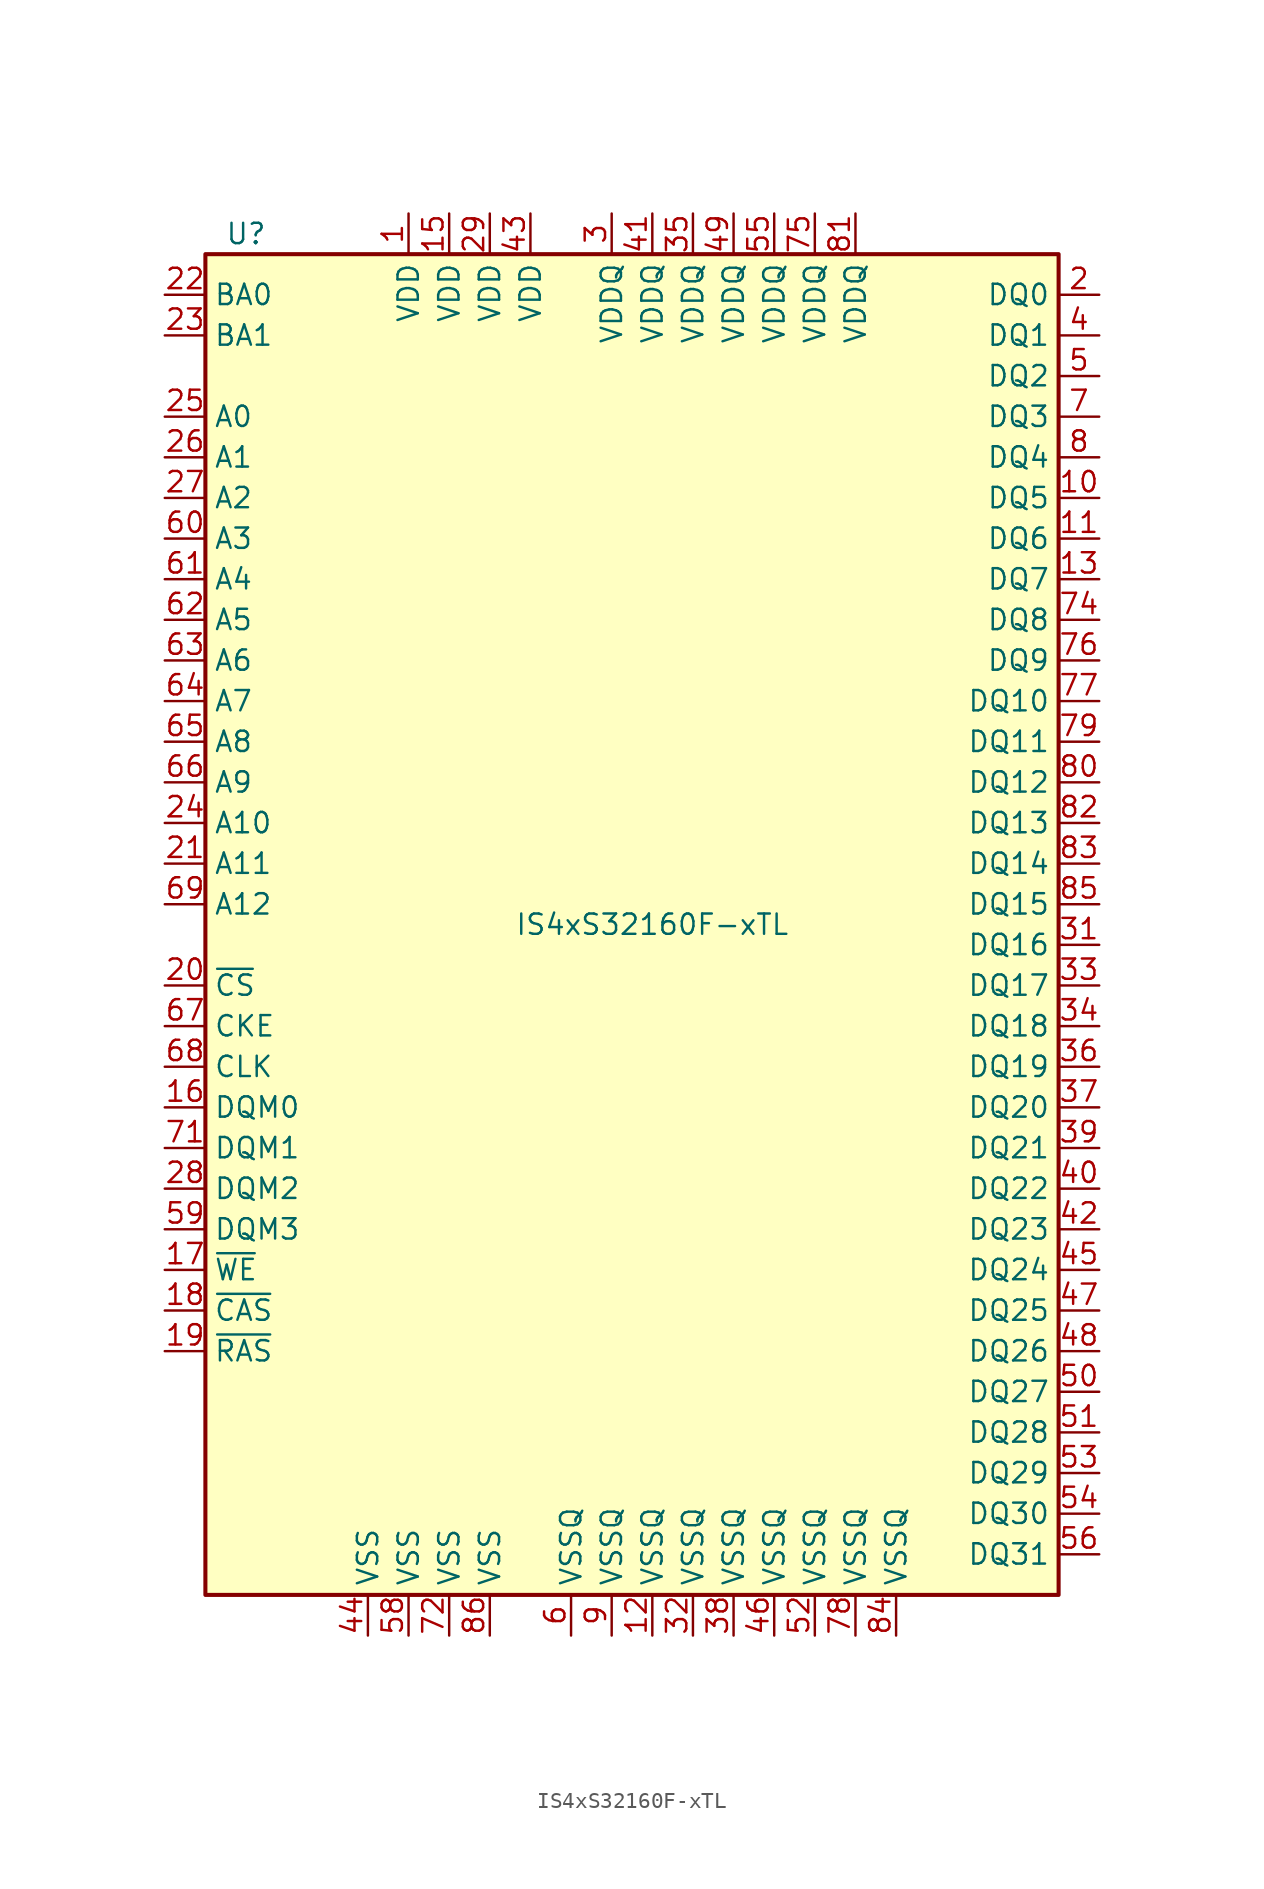
<source format=kicad_sym>
(kicad_symbol_lib
  (version 20211014)
  (generator kicad_symbol_editor)
  (symbol "IS4xS32160F-xTL"
    (property "Reference" "U"
      (at -24.13 43.18 0)
      (effects (font (size 1.27 1.27))))
    (property "Value" "IS4xS32160F-xTL"
      (at 1.27 0 0)
      (effects (font (size 1.27 1.27))))
    (symbol "IS4xS32160F-xTL_0_0"
      (pin input line (at -29.21 3.81 0) (length 2.54) (name "A11" (effects (font (size 1.27 1.27)))) (number "21" (effects (font (size 1.27 1.27)))))
      (pin power_in line (at -13.97 -44.45 90) (length 2.54) (name "VSS" (effects (font (size 1.27 1.27)))) (number "58" (effects (font (size 1.27 1.27)))))
      (pin input line (at -29.21 -19.05 0) (length 2.54) (name "DQM3" (effects (font (size 1.27 1.27)))) (number "59" (effects (font (size 1.27 1.27)))))
      (pin input line (at -29.21 24.13 0) (length 2.54) (name "A3" (effects (font (size 1.27 1.27)))) (number "60" (effects (font (size 1.27 1.27)))))
      (pin input line (at -29.21 21.59 0) (length 2.54) (name "A4" (effects (font (size 1.27 1.27)))) (number "61" (effects (font (size 1.27 1.27)))))
      (pin input line (at -29.21 19.05 0) (length 2.54) (name "A5" (effects (font (size 1.27 1.27)))) (number "62" (effects (font (size 1.27 1.27)))))
      (pin input line (at -29.21 16.51 0) (length 2.54) (name "A6" (effects (font (size 1.27 1.27)))) (number "63" (effects (font (size 1.27 1.27)))))
      (pin input line (at -29.21 13.97 0) (length 2.54) (name "A7" (effects (font (size 1.27 1.27)))) (number "64" (effects (font (size 1.27 1.27)))))
      (pin input line (at -29.21 11.43 0) (length 2.54) (name "A8" (effects (font (size 1.27 1.27)))) (number "65" (effects (font (size 1.27 1.27)))))
      (pin input line (at -29.21 8.89 0) (length 2.54) (name "A9" (effects (font (size 1.27 1.27)))) (number "66" (effects (font (size 1.27 1.27)))))
      (pin input line (at -29.21 -6.35 0) (length 2.54) (name "CKE" (effects (font (size 1.27 1.27)))) (number "67" (effects (font (size 1.27 1.27)))))
      (pin input line (at -29.21 -8.89 0) (length 2.54) (name "CLK" (effects (font (size 1.27 1.27)))) (number "68" (effects (font (size 1.27 1.27)))))
      (pin input line (at -29.21 1.27 0) (length 2.54) (name "A12" (effects (font (size 1.27 1.27)))) (number "69" (effects (font (size 1.27 1.27)))))
      (pin input line (at -29.21 -13.97 0) (length 2.54) (name "DQM1" (effects (font (size 1.27 1.27)))) (number "71" (effects (font (size 1.27 1.27)))))
      (pin power_in line (at -11.43 -44.45 90) (length 2.54) (name "VSS" (effects (font (size 1.27 1.27)))) (number "72" (effects (font (size 1.27 1.27)))))
      (pin bidirectional line (at 29.21 19.05 180) (length 2.54) (name "DQ8" (effects (font (size 1.27 1.27)))) (number "74" (effects (font (size 1.27 1.27)))))
      (pin power_in line (at 11.43 44.45 270) (length 2.54) (name "VDDQ" (effects (font (size 1.27 1.27)))) (number "75" (effects (font (size 1.27 1.27)))))
      (pin bidirectional line (at 29.21 16.51 180) (length 2.54) (name "DQ9" (effects (font (size 1.27 1.27)))) (number "76" (effects (font (size 1.27 1.27)))))
      (pin bidirectional line (at 29.21 13.97 180) (length 2.54) (name "DQ10" (effects (font (size 1.27 1.27)))) (number "77" (effects (font (size 1.27 1.27)))))
      (pin power_in line (at 13.97 -44.45 90) (length 2.54) (name "VSSQ" (effects (font (size 1.27 1.27)))) (number "78" (effects (font (size 1.27 1.27)))))
      (pin bidirectional line (at 29.21 11.43 180) (length 2.54) (name "DQ11" (effects (font (size 1.27 1.27)))) (number "79" (effects (font (size 1.27 1.27)))))
      (pin bidirectional line (at 29.21 8.89 180) (length 2.54) (name "DQ12" (effects (font (size 1.27 1.27)))) (number "80" (effects (font (size 1.27 1.27)))))
      (pin power_in line (at 13.97 44.45 270) (length 2.54) (name "VDDQ" (effects (font (size 1.27 1.27)))) (number "81" (effects (font (size 1.27 1.27)))))
      (pin bidirectional line (at 29.21 6.35 180) (length 2.54) (name "DQ13" (effects (font (size 1.27 1.27)))) (number "82" (effects (font (size 1.27 1.27)))))
      (pin bidirectional line (at 29.21 3.81 180) (length 2.54) (name "DQ14" (effects (font (size 1.27 1.27)))) (number "83" (effects (font (size 1.27 1.27)))))
      (pin power_in line (at 16.51 -44.45 90) (length 2.54) (name "VSSQ" (effects (font (size 1.27 1.27)))) (number "84" (effects (font (size 1.27 1.27)))))
      (pin bidirectional line (at 29.21 1.27 180) (length 2.54) (name "DQ15" (effects (font (size 1.27 1.27)))) (number "85" (effects (font (size 1.27 1.27)))))
      (pin power_in line (at -8.89 -44.45 90) (length 2.54) (name "VSS" (effects (font (size 1.27 1.27)))) (number "86" (effects (font (size 1.27 1.27))))))
    (symbol "IS4xS32160F-xTL_1_1"
      (rectangle (start -26.67 41.91) (end 26.67 -41.91) (stroke (width 0.254) (type default) (color 0 0 0 0)) (fill (type background)))
      (pin power_in line (at -13.97 44.45 270) (length 2.54) (name "VDD" (effects (font (size 1.27 1.27)))) (number "1" (effects (font (size 1.27 1.27)))))
      (pin bidirectional line (at 29.21 26.67 180) (length 2.54) (name "DQ5" (effects (font (size 1.27 1.27)))) (number "10" (effects (font (size 1.27 1.27)))))
      (pin bidirectional line (at 29.21 24.13 180) (length 2.54) (name "DQ6" (effects (font (size 1.27 1.27)))) (number "11" (effects (font (size 1.27 1.27)))))
      (pin power_in line (at 1.27 -44.45 90) (length 2.54) (name "VSSQ" (effects (font (size 1.27 1.27)))) (number "12" (effects (font (size 1.27 1.27)))))
      (pin bidirectional line (at 29.21 21.59 180) (length 2.54) (name "DQ7" (effects (font (size 1.27 1.27)))) (number "13" (effects (font (size 1.27 1.27)))))
      (pin power_in line (at -11.43 44.45 270) (length 2.54) (name "VDD" (effects (font (size 1.27 1.27)))) (number "15" (effects (font (size 1.27 1.27)))))
      (pin input line (at -29.21 -11.43 0) (length 2.54) (name "DQM0" (effects (font (size 1.27 1.27)))) (number "16" (effects (font (size 1.27 1.27)))))
      (pin input line (at -29.21 -21.59 0) (length 2.54) (name "~{WE}" (effects (font (size 1.27 1.27)))) (number "17" (effects (font (size 1.27 1.27)))))
      (pin input line (at -29.21 -24.13 0) (length 2.54) (name "~{CAS}" (effects (font (size 1.27 1.27)))) (number "18" (effects (font (size 1.27 1.27)))))
      (pin input line (at -29.21 -26.67 0) (length 2.54) (name "~{RAS}" (effects (font (size 1.27 1.27)))) (number "19" (effects (font (size 1.27 1.27)))))
      (pin bidirectional line (at 29.21 39.37 180) (length 2.54) (name "DQ0" (effects (font (size 1.27 1.27)))) (number "2" (effects (font (size 1.27 1.27)))))
      (pin input line (at -29.21 -3.81 0) (length 2.54) (name "~{CS}" (effects (font (size 1.27 1.27)))) (number "20" (effects (font (size 1.27 1.27)))))
      (pin input line (at -29.21 39.37 0) (length 2.54) (name "BA0" (effects (font (size 1.27 1.27)))) (number "22" (effects (font (size 1.27 1.27)))))
      (pin input line (at -29.21 36.83 0) (length 2.54) (name "BA1" (effects (font (size 1.27 1.27)))) (number "23" (effects (font (size 1.27 1.27)))))
      (pin input line (at -29.21 6.35 0) (length 2.54) (name "A10" (effects (font (size 1.27 1.27)))) (number "24" (effects (font (size 1.27 1.27)))))
      (pin input line (at -29.21 31.75 0) (length 2.54) (name "A0" (effects (font (size 1.27 1.27)))) (number "25" (effects (font (size 1.27 1.27)))))
      (pin input line (at -29.21 29.21 0) (length 2.54) (name "A1" (effects (font (size 1.27 1.27)))) (number "26" (effects (font (size 1.27 1.27)))))
      (pin input line (at -29.21 26.67 0) (length 2.54) (name "A2" (effects (font (size 1.27 1.27)))) (number "27" (effects (font (size 1.27 1.27)))))
      (pin input line (at -29.21 -16.51 0) (length 2.54) (name "DQM2" (effects (font (size 1.27 1.27)))) (number "28" (effects (font (size 1.27 1.27)))))
      (pin power_in line (at -8.89 44.45 270) (length 2.54) (name "VDD" (effects (font (size 1.27 1.27)))) (number "29" (effects (font (size 1.27 1.27)))))
      (pin power_in line (at -1.27 44.45 270) (length 2.54) (name "VDDQ" (effects (font (size 1.27 1.27)))) (number "3" (effects (font (size 1.27 1.27)))))
      (pin bidirectional line (at 29.21 -1.27 180) (length 2.54) (name "DQ16" (effects (font (size 1.27 1.27)))) (number "31" (effects (font (size 1.27 1.27)))))
      (pin power_in line (at 3.81 -44.45 90) (length 2.54) (name "VSSQ" (effects (font (size 1.27 1.27)))) (number "32" (effects (font (size 1.27 1.27)))))
      (pin bidirectional line (at 29.21 -3.81 180) (length 2.54) (name "DQ17" (effects (font (size 1.27 1.27)))) (number "33" (effects (font (size 1.27 1.27)))))
      (pin bidirectional line (at 29.21 -6.35 180) (length 2.54) (name "DQ18" (effects (font (size 1.27 1.27)))) (number "34" (effects (font (size 1.27 1.27)))))
      (pin power_in line (at 3.81 44.45 270) (length 2.54) (name "VDDQ" (effects (font (size 1.27 1.27)))) (number "35" (effects (font (size 1.27 1.27)))))
      (pin bidirectional line (at 29.21 -8.89 180) (length 2.54) (name "DQ19" (effects (font (size 1.27 1.27)))) (number "36" (effects (font (size 1.27 1.27)))))
      (pin bidirectional line (at 29.21 -11.43 180) (length 2.54) (name "DQ20" (effects (font (size 1.27 1.27)))) (number "37" (effects (font (size 1.27 1.27)))))
      (pin power_in line (at 6.35 -44.45 90) (length 2.54) (name "VSSQ" (effects (font (size 1.27 1.27)))) (number "38" (effects (font (size 1.27 1.27)))))
      (pin bidirectional line (at 29.21 -13.97 180) (length 2.54) (name "DQ21" (effects (font (size 1.27 1.27)))) (number "39" (effects (font (size 1.27 1.27)))))
      (pin bidirectional line (at 29.21 36.83 180) (length 2.54) (name "DQ1" (effects (font (size 1.27 1.27)))) (number "4" (effects (font (size 1.27 1.27)))))
      (pin bidirectional line (at 29.21 -16.51 180) (length 2.54) (name "DQ22" (effects (font (size 1.27 1.27)))) (number "40" (effects (font (size 1.27 1.27)))))
      (pin power_in line (at 1.27 44.45 270) (length 2.54) (name "VDDQ" (effects (font (size 1.27 1.27)))) (number "41" (effects (font (size 1.27 1.27)))))
      (pin bidirectional line (at 29.21 -19.05 180) (length 2.54) (name "DQ23" (effects (font (size 1.27 1.27)))) (number "42" (effects (font (size 1.27 1.27)))))
      (pin power_in line (at -6.35 44.45 270) (length 2.54) (name "VDD" (effects (font (size 1.27 1.27)))) (number "43" (effects (font (size 1.27 1.27)))))
      (pin power_in line (at -16.51 -44.45 90) (length 2.54) (name "VSS" (effects (font (size 1.27 1.27)))) (number "44" (effects (font (size 1.27 1.27)))))
      (pin bidirectional line (at 29.21 -21.59 180) (length 2.54) (name "DQ24" (effects (font (size 1.27 1.27)))) (number "45" (effects (font (size 1.27 1.27)))))
      (pin power_in line (at 8.89 -44.45 90) (length 2.54) (name "VSSQ" (effects (font (size 1.27 1.27)))) (number "46" (effects (font (size 1.27 1.27)))))
      (pin bidirectional line (at 29.21 -24.13 180) (length 2.54) (name "DQ25" (effects (font (size 1.27 1.27)))) (number "47" (effects (font (size 1.27 1.27)))))
      (pin bidirectional line (at 29.21 -26.67 180) (length 2.54) (name "DQ26" (effects (font (size 1.27 1.27)))) (number "48" (effects (font (size 1.27 1.27)))))
      (pin power_in line (at 6.35 44.45 270) (length 2.54) (name "VDDQ" (effects (font (size 1.27 1.27)))) (number "49" (effects (font (size 1.27 1.27)))))
      (pin bidirectional line (at 29.21 34.29 180) (length 2.54) (name "DQ2" (effects (font (size 1.27 1.27)))) (number "5" (effects (font (size 1.27 1.27)))))
      (pin bidirectional line (at 29.21 -29.21 180) (length 2.54) (name "DQ27" (effects (font (size 1.27 1.27)))) (number "50" (effects (font (size 1.27 1.27)))))
      (pin bidirectional line (at 29.21 -31.75 180) (length 2.54) (name "DQ28" (effects (font (size 1.27 1.27)))) (number "51" (effects (font (size 1.27 1.27)))))
      (pin power_in line (at 11.43 -44.45 90) (length 2.54) (name "VSSQ" (effects (font (size 1.27 1.27)))) (number "52" (effects (font (size 1.27 1.27)))))
      (pin bidirectional line (at 29.21 -34.29 180) (length 2.54) (name "DQ29" (effects (font (size 1.27 1.27)))) (number "53" (effects (font (size 1.27 1.27)))))
      (pin bidirectional line (at 29.21 -36.83 180) (length 2.54) (name "DQ30" (effects (font (size 1.27 1.27)))) (number "54" (effects (font (size 1.27 1.27)))))
      (pin power_in line (at 8.89 44.45 270) (length 2.54) (name "VDDQ" (effects (font (size 1.27 1.27)))) (number "55" (effects (font (size 1.27 1.27)))))
      (pin bidirectional line (at 29.21 -39.37 180) (length 2.54) (name "DQ31" (effects (font (size 1.27 1.27)))) (number "56" (effects (font (size 1.27 1.27)))))
      (pin power_in line (at -3.81 -44.45 90) (length 2.54) (name "VSSQ" (effects (font (size 1.27 1.27)))) (number "6" (effects (font (size 1.27 1.27)))))
      (pin bidirectional line (at 29.21 31.75 180) (length 2.54) (name "DQ3" (effects (font (size 1.27 1.27)))) (number "7" (effects (font (size 1.27 1.27)))))
      (pin bidirectional line (at 29.21 29.21 180) (length 2.54) (name "DQ4" (effects (font (size 1.27 1.27)))) (number "8" (effects (font (size 1.27 1.27)))))
      (pin power_in line (at -1.27 -44.45 90) (length 2.54) (name "VSSQ" (effects (font (size 1.27 1.27)))) (number "9" (effects (font (size 1.27 1.27))))))))
</source>
